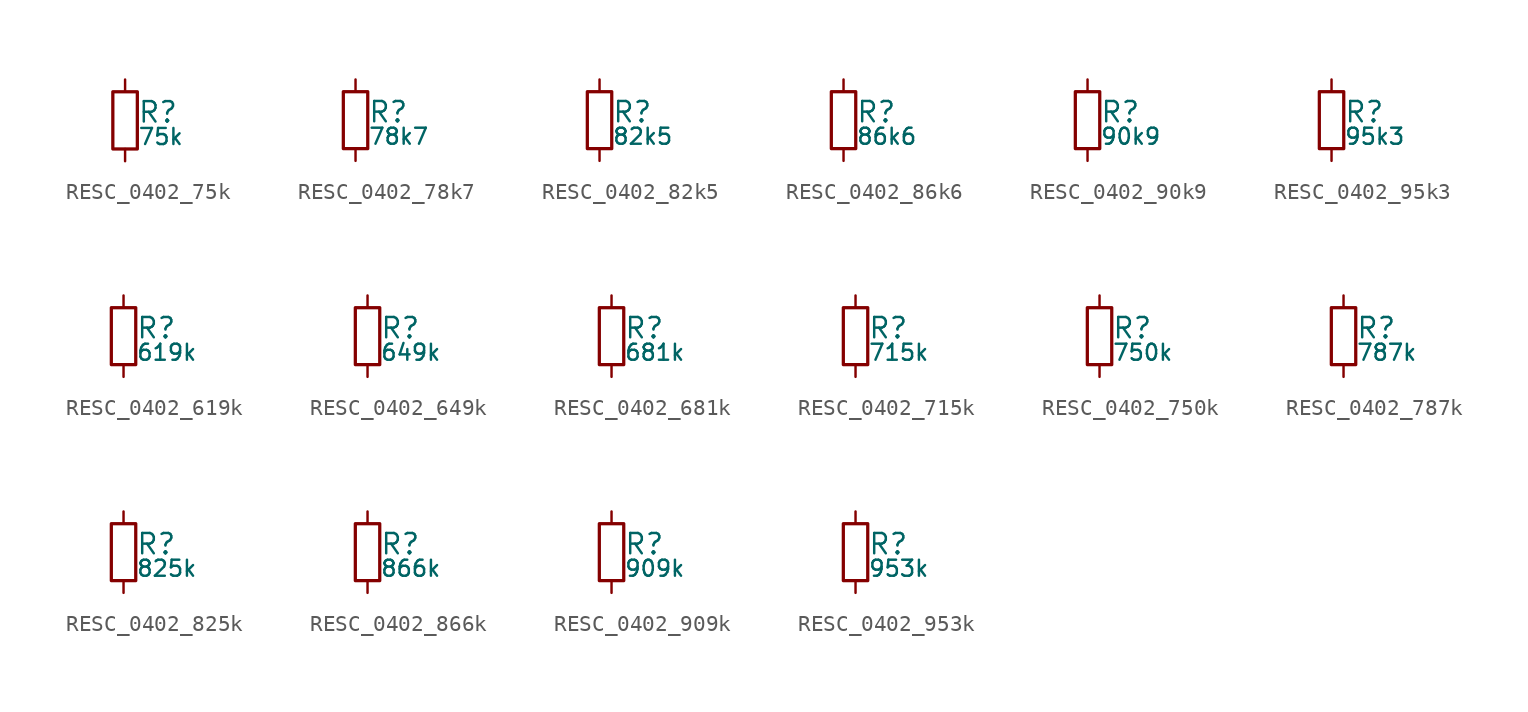
<source format=kicad_sym>
(kicad_symbol_lib
  (version 20211014)
  (generator kicad_LibGenerator)
  (symbol "RESC_0402_75k"
    (pin_numbers hide)
    (pin_names
      (offset 0.254) hide)
    (property "Reference" "R"
      (at 0.762 0.508 0)
      (effects (font (size 1.27 1.27)) (justify left)))
    (property "Value" "75k"
      (at 0.762 -1.016 0)
      (effects (font (size 1.00 1.00)) (justify left)))
    (symbol "RESC_0402_75k_0_1"
      (rectangle (start -0.762 1.778) (end 0.762 -1.778) (stroke (width 0.203) (type default) (color 0 0 0 0)) (fill (type none))))
    (symbol "RESC_0402_75k_1_1"
      (pin passive line (at 0 2.54 270) (length 0.762) (name "~" (effects (font (size 1.27 1.27)))) (number "1" (effects (font (size 1.27 1.27)))))
      (pin passive line (at 0 -2.54 90) (length 0.762) (name "~" (effects (font (size 1.27 1.27)))) (number "2" (effects (font (size 1.27 1.27)))))))
  (symbol "RESC_0402_78k7"
    (pin_numbers hide)
    (pin_names
      (offset 0.254) hide)
    (property "Reference" "R"
      (at 0.762 0.508 0)
      (effects (font (size 1.27 1.27)) (justify left)))
    (property "Value" "78k7"
      (at 0.762 -1.016 0)
      (effects (font (size 1.00 1.00)) (justify left)))
    (symbol "RESC_0402_78k7_0_1"
      (rectangle (start -0.762 1.778) (end 0.762 -1.778) (stroke (width 0.203) (type default) (color 0 0 0 0)) (fill (type none))))
    (symbol "RESC_0402_78k7_1_1"
      (pin passive line (at 0 2.54 270) (length 0.762) (name "~" (effects (font (size 1.27 1.27)))) (number "1" (effects (font (size 1.27 1.27)))))
      (pin passive line (at 0 -2.54 90) (length 0.762) (name "~" (effects (font (size 1.27 1.27)))) (number "2" (effects (font (size 1.27 1.27)))))))
  (symbol "RESC_0402_82k5"
    (pin_numbers hide)
    (pin_names
      (offset 0.254) hide)
    (property "Reference" "R"
      (at 0.762 0.508 0)
      (effects (font (size 1.27 1.27)) (justify left)))
    (property "Value" "82k5"
      (at 0.762 -1.016 0)
      (effects (font (size 1.00 1.00)) (justify left)))
    (symbol "RESC_0402_82k5_0_1"
      (rectangle (start -0.762 1.778) (end 0.762 -1.778) (stroke (width 0.203) (type default) (color 0 0 0 0)) (fill (type none))))
    (symbol "RESC_0402_82k5_1_1"
      (pin passive line (at 0 2.54 270) (length 0.762) (name "~" (effects (font (size 1.27 1.27)))) (number "1" (effects (font (size 1.27 1.27)))))
      (pin passive line (at 0 -2.54 90) (length 0.762) (name "~" (effects (font (size 1.27 1.27)))) (number "2" (effects (font (size 1.27 1.27)))))))
  (symbol "RESC_0402_86k6"
    (pin_numbers hide)
    (pin_names
      (offset 0.254) hide)
    (property "Reference" "R"
      (at 0.762 0.508 0)
      (effects (font (size 1.27 1.27)) (justify left)))
    (property "Value" "86k6"
      (at 0.762 -1.016 0)
      (effects (font (size 1.00 1.00)) (justify left)))
    (symbol "RESC_0402_86k6_0_1"
      (rectangle (start -0.762 1.778) (end 0.762 -1.778) (stroke (width 0.203) (type default) (color 0 0 0 0)) (fill (type none))))
    (symbol "RESC_0402_86k6_1_1"
      (pin passive line (at 0 2.54 270) (length 0.762) (name "~" (effects (font (size 1.27 1.27)))) (number "1" (effects (font (size 1.27 1.27)))))
      (pin passive line (at 0 -2.54 90) (length 0.762) (name "~" (effects (font (size 1.27 1.27)))) (number "2" (effects (font (size 1.27 1.27)))))))
  (symbol "RESC_0402_90k9"
    (pin_numbers hide)
    (pin_names
      (offset 0.254) hide)
    (property "Reference" "R"
      (at 0.762 0.508 0)
      (effects (font (size 1.27 1.27)) (justify left)))
    (property "Value" "90k9"
      (at 0.762 -1.016 0)
      (effects (font (size 1.00 1.00)) (justify left)))
    (symbol "RESC_0402_90k9_0_1"
      (rectangle (start -0.762 1.778) (end 0.762 -1.778) (stroke (width 0.203) (type default) (color 0 0 0 0)) (fill (type none))))
    (symbol "RESC_0402_90k9_1_1"
      (pin passive line (at 0 2.54 270) (length 0.762) (name "~" (effects (font (size 1.27 1.27)))) (number "1" (effects (font (size 1.27 1.27)))))
      (pin passive line (at 0 -2.54 90) (length 0.762) (name "~" (effects (font (size 1.27 1.27)))) (number "2" (effects (font (size 1.27 1.27)))))))
  (symbol "RESC_0402_95k3"
    (pin_numbers hide)
    (pin_names
      (offset 0.254) hide)
    (property "Reference" "R"
      (at 0.762 0.508 0)
      (effects (font (size 1.27 1.27)) (justify left)))
    (property "Value" "95k3"
      (at 0.762 -1.016 0)
      (effects (font (size 1.00 1.00)) (justify left)))
    (symbol "RESC_0402_95k3_0_1"
      (rectangle (start -0.762 1.778) (end 0.762 -1.778) (stroke (width 0.203) (type default) (color 0 0 0 0)) (fill (type none))))
    (symbol "RESC_0402_95k3_1_1"
      (pin passive line (at 0 2.54 270) (length 0.762) (name "~" (effects (font (size 1.27 1.27)))) (number "1" (effects (font (size 1.27 1.27)))))
      (pin passive line (at 0 -2.54 90) (length 0.762) (name "~" (effects (font (size 1.27 1.27)))) (number "2" (effects (font (size 1.27 1.27)))))))
  (symbol "RESC_0402_619k"
    (pin_numbers hide)
    (pin_names
      (offset 0.254) hide)
    (property "Reference" "R"
      (at 0.762 0.508 0)
      (effects (font (size 1.27 1.27)) (justify left)))
    (property "Value" "619k"
      (at 0.762 -1.016 0)
      (effects (font (size 1.00 1.00)) (justify left)))
    (symbol "RESC_0402_619k_0_1"
      (rectangle (start -0.762 1.778) (end 0.762 -1.778) (stroke (width 0.203) (type default) (color 0 0 0 0)) (fill (type none))))
    (symbol "RESC_0402_619k_1_1"
      (pin passive line (at 0 2.54 270) (length 0.762) (name "~" (effects (font (size 1.27 1.27)))) (number "1" (effects (font (size 1.27 1.27)))))
      (pin passive line (at 0 -2.54 90) (length 0.762) (name "~" (effects (font (size 1.27 1.27)))) (number "2" (effects (font (size 1.27 1.27)))))))
  (symbol "RESC_0402_649k"
    (pin_numbers hide)
    (pin_names
      (offset 0.254) hide)
    (property "Reference" "R"
      (at 0.762 0.508 0)
      (effects (font (size 1.27 1.27)) (justify left)))
    (property "Value" "649k"
      (at 0.762 -1.016 0)
      (effects (font (size 1.00 1.00)) (justify left)))
    (symbol "RESC_0402_649k_0_1"
      (rectangle (start -0.762 1.778) (end 0.762 -1.778) (stroke (width 0.203) (type default) (color 0 0 0 0)) (fill (type none))))
    (symbol "RESC_0402_649k_1_1"
      (pin passive line (at 0 2.54 270) (length 0.762) (name "~" (effects (font (size 1.27 1.27)))) (number "1" (effects (font (size 1.27 1.27)))))
      (pin passive line (at 0 -2.54 90) (length 0.762) (name "~" (effects (font (size 1.27 1.27)))) (number "2" (effects (font (size 1.27 1.27)))))))
  (symbol "RESC_0402_681k"
    (pin_numbers hide)
    (pin_names
      (offset 0.254) hide)
    (property "Reference" "R"
      (at 0.762 0.508 0)
      (effects (font (size 1.27 1.27)) (justify left)))
    (property "Value" "681k"
      (at 0.762 -1.016 0)
      (effects (font (size 1.00 1.00)) (justify left)))
    (symbol "RESC_0402_681k_0_1"
      (rectangle (start -0.762 1.778) (end 0.762 -1.778) (stroke (width 0.203) (type default) (color 0 0 0 0)) (fill (type none))))
    (symbol "RESC_0402_681k_1_1"
      (pin passive line (at 0 2.54 270) (length 0.762) (name "~" (effects (font (size 1.27 1.27)))) (number "1" (effects (font (size 1.27 1.27)))))
      (pin passive line (at 0 -2.54 90) (length 0.762) (name "~" (effects (font (size 1.27 1.27)))) (number "2" (effects (font (size 1.27 1.27)))))))
  (symbol "RESC_0402_715k"
    (pin_numbers hide)
    (pin_names
      (offset 0.254) hide)
    (property "Reference" "R"
      (at 0.762 0.508 0)
      (effects (font (size 1.27 1.27)) (justify left)))
    (property "Value" "715k"
      (at 0.762 -1.016 0)
      (effects (font (size 1.00 1.00)) (justify left)))
    (symbol "RESC_0402_715k_0_1"
      (rectangle (start -0.762 1.778) (end 0.762 -1.778) (stroke (width 0.203) (type default) (color 0 0 0 0)) (fill (type none))))
    (symbol "RESC_0402_715k_1_1"
      (pin passive line (at 0 2.54 270) (length 0.762) (name "~" (effects (font (size 1.27 1.27)))) (number "1" (effects (font (size 1.27 1.27)))))
      (pin passive line (at 0 -2.54 90) (length 0.762) (name "~" (effects (font (size 1.27 1.27)))) (number "2" (effects (font (size 1.27 1.27)))))))
  (symbol "RESC_0402_750k"
    (pin_numbers hide)
    (pin_names
      (offset 0.254) hide)
    (property "Reference" "R"
      (at 0.762 0.508 0)
      (effects (font (size 1.27 1.27)) (justify left)))
    (property "Value" "750k"
      (at 0.762 -1.016 0)
      (effects (font (size 1.00 1.00)) (justify left)))
    (symbol "RESC_0402_750k_0_1"
      (rectangle (start -0.762 1.778) (end 0.762 -1.778) (stroke (width 0.203) (type default) (color 0 0 0 0)) (fill (type none))))
    (symbol "RESC_0402_750k_1_1"
      (pin passive line (at 0 2.54 270) (length 0.762) (name "~" (effects (font (size 1.27 1.27)))) (number "1" (effects (font (size 1.27 1.27)))))
      (pin passive line (at 0 -2.54 90) (length 0.762) (name "~" (effects (font (size 1.27 1.27)))) (number "2" (effects (font (size 1.27 1.27)))))))
  (symbol "RESC_0402_787k"
    (pin_numbers hide)
    (pin_names
      (offset 0.254) hide)
    (property "Reference" "R"
      (at 0.762 0.508 0)
      (effects (font (size 1.27 1.27)) (justify left)))
    (property "Value" "787k"
      (at 0.762 -1.016 0)
      (effects (font (size 1.00 1.00)) (justify left)))
    (symbol "RESC_0402_787k_0_1"
      (rectangle (start -0.762 1.778) (end 0.762 -1.778) (stroke (width 0.203) (type default) (color 0 0 0 0)) (fill (type none))))
    (symbol "RESC_0402_787k_1_1"
      (pin passive line (at 0 2.54 270) (length 0.762) (name "~" (effects (font (size 1.27 1.27)))) (number "1" (effects (font (size 1.27 1.27)))))
      (pin passive line (at 0 -2.54 90) (length 0.762) (name "~" (effects (font (size 1.27 1.27)))) (number "2" (effects (font (size 1.27 1.27)))))))
  (symbol "RESC_0402_825k"
    (pin_numbers hide)
    (pin_names
      (offset 0.254) hide)
    (property "Reference" "R"
      (at 0.762 0.508 0)
      (effects (font (size 1.27 1.27)) (justify left)))
    (property "Value" "825k"
      (at 0.762 -1.016 0)
      (effects (font (size 1.00 1.00)) (justify left)))
    (symbol "RESC_0402_825k_0_1"
      (rectangle (start -0.762 1.778) (end 0.762 -1.778) (stroke (width 0.203) (type default) (color 0 0 0 0)) (fill (type none))))
    (symbol "RESC_0402_825k_1_1"
      (pin passive line (at 0 2.54 270) (length 0.762) (name "~" (effects (font (size 1.27 1.27)))) (number "1" (effects (font (size 1.27 1.27)))))
      (pin passive line (at 0 -2.54 90) (length 0.762) (name "~" (effects (font (size 1.27 1.27)))) (number "2" (effects (font (size 1.27 1.27)))))))
  (symbol "RESC_0402_866k"
    (pin_numbers hide)
    (pin_names
      (offset 0.254) hide)
    (property "Reference" "R"
      (at 0.762 0.508 0)
      (effects (font (size 1.27 1.27)) (justify left)))
    (property "Value" "866k"
      (at 0.762 -1.016 0)
      (effects (font (size 1.00 1.00)) (justify left)))
    (symbol "RESC_0402_866k_0_1"
      (rectangle (start -0.762 1.778) (end 0.762 -1.778) (stroke (width 0.203) (type default) (color 0 0 0 0)) (fill (type none))))
    (symbol "RESC_0402_866k_1_1"
      (pin passive line (at 0 2.54 270) (length 0.762) (name "~" (effects (font (size 1.27 1.27)))) (number "1" (effects (font (size 1.27 1.27)))))
      (pin passive line (at 0 -2.54 90) (length 0.762) (name "~" (effects (font (size 1.27 1.27)))) (number "2" (effects (font (size 1.27 1.27)))))))
  (symbol "RESC_0402_909k"
    (pin_numbers hide)
    (pin_names
      (offset 0.254) hide)
    (property "Reference" "R"
      (at 0.762 0.508 0)
      (effects (font (size 1.27 1.27)) (justify left)))
    (property "Value" "909k"
      (at 0.762 -1.016 0)
      (effects (font (size 1.00 1.00)) (justify left)))
    (symbol "RESC_0402_909k_0_1"
      (rectangle (start -0.762 1.778) (end 0.762 -1.778) (stroke (width 0.203) (type default) (color 0 0 0 0)) (fill (type none))))
    (symbol "RESC_0402_909k_1_1"
      (pin passive line (at 0 2.54 270) (length 0.762) (name "~" (effects (font (size 1.27 1.27)))) (number "1" (effects (font (size 1.27 1.27)))))
      (pin passive line (at 0 -2.54 90) (length 0.762) (name "~" (effects (font (size 1.27 1.27)))) (number "2" (effects (font (size 1.27 1.27)))))))
  (symbol "RESC_0402_953k"
    (pin_numbers hide)
    (pin_names
      (offset 0.254) hide)
    (property "Reference" "R"
      (at 0.762 0.508 0)
      (effects (font (size 1.27 1.27)) (justify left)))
    (property "Value" "953k"
      (at 0.762 -1.016 0)
      (effects (font (size 1.00 1.00)) (justify left)))
    (symbol "RESC_0402_953k_0_1"
      (rectangle (start -0.762 1.778) (end 0.762 -1.778) (stroke (width 0.203) (type default) (color 0 0 0 0)) (fill (type none))))
    (symbol "RESC_0402_953k_1_1"
      (pin passive line (at 0 2.54 270) (length 0.762) (name "~" (effects (font (size 1.27 1.27)))) (number "1" (effects (font (size 1.27 1.27)))))
      (pin passive line (at 0 -2.54 90) (length 0.762) (name "~" (effects (font (size 1.27 1.27)))) (number "2" (effects (font (size 1.27 1.27))))))))
</source>
